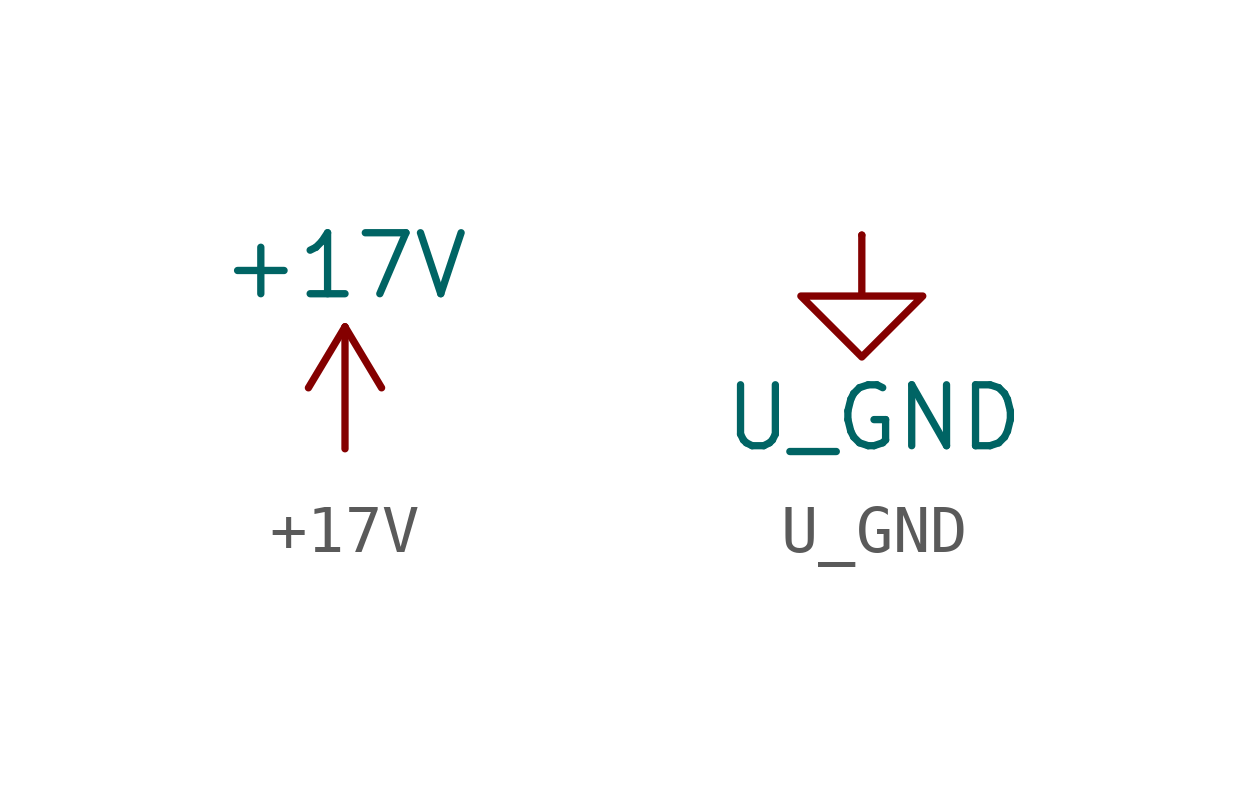
<source format=kicad_sym>
(kicad_symbol_lib
  (version 20241209)
  (generator "kicad_symbol_editor")
  (generator_version "9.0")
  (symbol "+17V"
    (power)
    (pin_numbers
      (hide yes))
    (property "Reference" "#PWR"
      (at -6.35 2.54 0)
      (effects (font (size 1.27 1.27)) (hide yes)))
    (property "Value" "+17V"
      (at 0 3.81 0)
      (effects (font (size 1.27 1.27))))
    (symbol "+17V_0_1"
      (polyline (pts (xy -0.762 1.27) (xy 0 2.54)) (stroke (width 0) (type default)) (fill (type none)))
      (polyline (pts (xy 0 2.54) (xy 0.762 1.27)) (stroke (width 0) (type default)) (fill (type none)))
      (polyline (pts (xy 0 0) (xy 0 2.54)) (stroke (width 0) (type default)) (fill (type none))))
    (symbol "+17V_1_1"
      (pin power_in line (at 0 0 90) (length 0) (hide yes) (name "+3V3" (effects (font (size 1.27 1.27)))) (number "1" (effects (font (size 1.27 1.27)))))))
  (symbol "U_GND"
    (power)
    (pin_numbers
      (hide yes))
    (property "Reference" "#PWR"
      (at -0.254 2.032 0)
      (effects (font (size 1.27 1.27)) (hide yes)))
    (property "Value" "U_GND"
      (at 0.254 -3.81 0)
      (effects (font (size 1.27 1.27))))
    (symbol "U_GND_0_1"
      (polyline (pts (xy 0 0) (xy 0 -1.27) (xy 1.27 -1.27) (xy 0 -2.54) (xy -1.27 -1.27) (xy 0 -1.27)) (stroke (width 0) (type default)) (fill (type none))))
    (symbol "U_GND_1_1"
      (pin power_in line (at 0 0 270) (length 0) (name "~" (effects (font (size 1.27 1.27)))) (number "1" (effects (font (size 1.27 1.27))))))))
</source>
